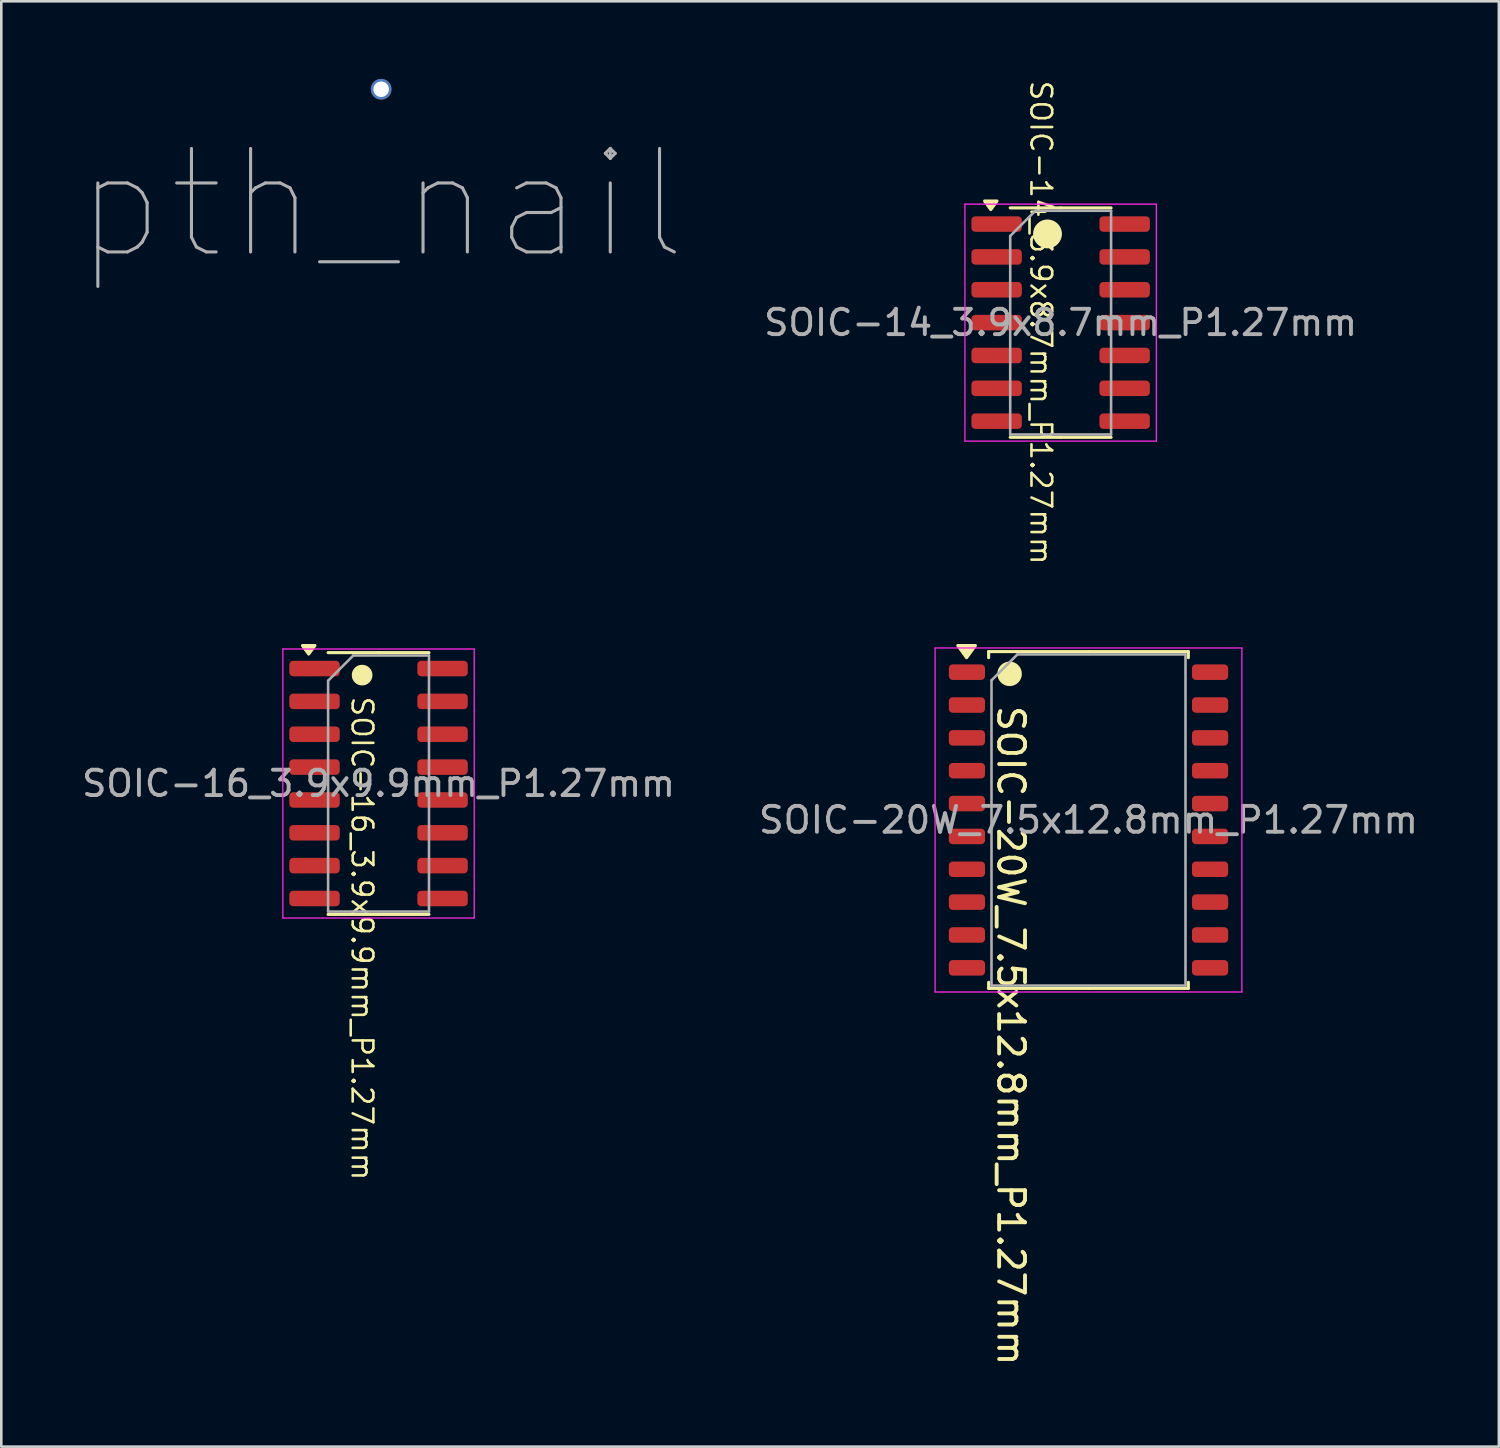
<source format=kicad_pcb>
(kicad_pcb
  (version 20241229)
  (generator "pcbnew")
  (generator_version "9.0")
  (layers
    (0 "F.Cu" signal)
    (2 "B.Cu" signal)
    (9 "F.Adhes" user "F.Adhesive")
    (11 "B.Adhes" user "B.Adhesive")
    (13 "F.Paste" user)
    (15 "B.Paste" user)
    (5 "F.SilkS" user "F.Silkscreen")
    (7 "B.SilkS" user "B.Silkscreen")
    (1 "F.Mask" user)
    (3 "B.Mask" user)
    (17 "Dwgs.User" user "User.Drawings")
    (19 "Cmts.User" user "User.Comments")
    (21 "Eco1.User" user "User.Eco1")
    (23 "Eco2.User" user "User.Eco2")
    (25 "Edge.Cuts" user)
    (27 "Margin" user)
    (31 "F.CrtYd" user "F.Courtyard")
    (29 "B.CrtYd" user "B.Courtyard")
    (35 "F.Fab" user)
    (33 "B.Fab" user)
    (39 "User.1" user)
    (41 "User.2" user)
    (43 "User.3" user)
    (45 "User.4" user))
  (footprint "pth_nail"
    (layer "F.Cu")
    (at 11.685 0.4)
    (property "Reference" "pth_nail" (at 0 4.445 0) (unlocked yes) (layer "F.Fab") (effects (font (size 4 4) (thickness 0.12))))
    (attr through_hole board_only exclude_from_pos_files exclude_from_bom allow_missing_courtyard)
    (pad "" thru_hole circle (at 0 0) (size 0.8 0.8) (drill 0.6) (layers "*.Cu")))
  (footprint "SOIC-16_3.9x9.9mm_P1.27mm"
    (layer "F.Cu")
    (at 11.584 27.24)
    (property "Reference" "SOIC-16_3.9x9.9mm_P1.27mm" (at -0.635 -3.429 270) (unlocked yes) (layer "F.SilkS") (effects (font (size 0.8 0.8) (thickness 0.1)) (justify left)))
    (attr smd)
    (fp_line (start 0 -5.06) (end -1.95 -5.06) (stroke (width 0.12) (type solid)) (layer "F.SilkS"))
    (fp_line (start 0 -5.06) (end 1.95 -5.06) (stroke (width 0.12) (type solid)) (layer "F.SilkS"))
    (fp_line (start 0 5.06) (end -1.95 5.06) (stroke (width 0.12) (type solid)) (layer "F.SilkS"))
    (fp_line (start 0 5.06) (end 1.95 5.06) (stroke (width 0.12) (type solid)) (layer "F.SilkS"))
    (fp_circle (center -0.635 -4.191) (end -0.285 -4.191) (stroke (width 0.1) (type solid)) (fill yes) (layer "F.SilkS"))
    (fp_poly (pts (xy -2.7 -5.005) (xy -2.94 -5.335) (xy -2.46 -5.335) (xy -2.7 -5.005)) (stroke (width 0.12) (type solid)) (fill yes) (layer "F.SilkS"))
    (fp_line (start -3.7 -5.2) (end -3.7 5.2) (stroke (width 0.05) (type solid)) (layer "F.CrtYd"))
    (fp_line (start -3.7 5.2) (end 3.7 5.2) (stroke (width 0.05) (type solid)) (layer "F.CrtYd"))
    (fp_line (start 3.7 -5.2) (end -3.7 -5.2) (stroke (width 0.05) (type solid)) (layer "F.CrtYd"))
    (fp_line (start 3.7 5.2) (end 3.7 -5.2) (stroke (width 0.05) (type solid)) (layer "F.CrtYd"))
    (fp_line (start -1.95 -3.975) (end -0.975 -4.95) (stroke (width 0.1) (type solid)) (layer "F.Fab"))
    (fp_line (start -1.95 4.95) (end -1.95 -3.975) (stroke (width 0.1) (type solid)) (layer "F.Fab"))
    (fp_line (start -0.975 -4.95) (end 1.95 -4.95) (stroke (width 0.1) (type solid)) (layer "F.Fab"))
    (fp_line (start 1.95 -4.95) (end 1.95 4.95) (stroke (width 0.1) (type solid)) (layer "F.Fab"))
    (fp_line (start 1.95 4.95) (end -1.95 4.95) (stroke (width 0.1) (type solid)) (layer "F.Fab"))
    (fp_text user "${REFERENCE}" (at 0 0 0) (layer "F.Fab") (effects (font (size 0.98 0.98) (thickness 0.15))))
    (pad "1" smd roundrect (at -2.475 -4.445) (size 1.95 0.6) (layers "F.Cu" "F.Mask" "F.Paste") (roundrect_rratio 0.25))
    (pad "2" smd roundrect (at -2.475 -3.175) (size 1.95 0.6) (layers "F.Cu" "F.Mask" "F.Paste") (roundrect_rratio 0.25))
    (pad "3" smd roundrect (at -2.475 -1.905) (size 1.95 0.6) (layers "F.Cu" "F.Mask" "F.Paste") (roundrect_rratio 0.25))
    (pad "4" smd roundrect (at -2.475 -0.635) (size 1.95 0.6) (layers "F.Cu" "F.Mask" "F.Paste") (roundrect_rratio 0.25))
    (pad "5" smd roundrect (at -2.475 0.635) (size 1.95 0.6) (layers "F.Cu" "F.Mask" "F.Paste") (roundrect_rratio 0.25))
    (pad "6" smd roundrect (at -2.475 1.905) (size 1.95 0.6) (layers "F.Cu" "F.Mask" "F.Paste") (roundrect_rratio 0.25))
    (pad "7" smd roundrect (at -2.475 3.175) (size 1.95 0.6) (layers "F.Cu" "F.Mask" "F.Paste") (roundrect_rratio 0.25))
    (pad "8" smd roundrect (at -2.475 4.445) (size 1.95 0.6) (layers "F.Cu" "F.Mask" "F.Paste") (roundrect_rratio 0.25))
    (pad "9" smd roundrect (at 2.475 4.445) (size 1.95 0.6) (layers "F.Cu" "F.Mask" "F.Paste") (roundrect_rratio 0.25))
    (pad "10" smd roundrect (at 2.475 3.175) (size 1.95 0.6) (layers "F.Cu" "F.Mask" "F.Paste") (roundrect_rratio 0.25))
    (pad "11" smd roundrect (at 2.475 1.905) (size 1.95 0.6) (layers "F.Cu" "F.Mask" "F.Paste") (roundrect_rratio 0.25))
    (pad "12" smd roundrect (at 2.475 0.635) (size 1.95 0.6) (layers "F.Cu" "F.Mask" "F.Paste") (roundrect_rratio 0.25))
    (pad "13" smd roundrect (at 2.475 -0.635) (size 1.95 0.6) (layers "F.Cu" "F.Mask" "F.Paste") (roundrect_rratio 0.25))
    (pad "14" smd roundrect (at 2.475 -1.905) (size 1.95 0.6) (layers "F.Cu" "F.Mask" "F.Paste") (roundrect_rratio 0.25))
    (pad "15" smd roundrect (at 2.475 -3.175) (size 1.95 0.6) (layers "F.Cu" "F.Mask" "F.Paste") (roundrect_rratio 0.25))
    (pad "16" smd roundrect (at 2.475 -4.445) (size 1.95 0.6) (layers "F.Cu" "F.Mask" "F.Paste") (roundrect_rratio 0.25)))
  (footprint "SOIC-14_3.9x8.7mm_P1.27mm"
    (layer "F.Cu")
    (at 37.953 9.422)
    (property "Reference" "SOIC-14_3.9x8.7mm_P1.27mm" (at -0.762 0 270) (unlocked yes) (layer "F.SilkS") (effects (font (size 0.8 0.8) (thickness 0.1))))
    (attr smd)
    (fp_line (start 0 -4.435) (end -1.95 -4.435) (stroke (width 0.12) (type solid)) (layer "F.SilkS"))
    (fp_line (start 0 -4.435) (end 1.95 -4.435) (stroke (width 0.12) (type solid)) (layer "F.SilkS"))
    (fp_line (start 0 4.435) (end -1.95 4.435) (stroke (width 0.12) (type solid)) (layer "F.SilkS"))
    (fp_line (start 0 4.435) (end 1.95 4.435) (stroke (width 0.12) (type solid)) (layer "F.SilkS"))
    (fp_circle (center -0.508 -3.429) (end 0 -3.429) (stroke (width 0.1) (type solid)) (fill yes) (layer "F.SilkS"))
    (fp_poly (pts (xy -2.7 -4.37) (xy -2.94 -4.7) (xy -2.46 -4.7) (xy -2.7 -4.37)) (stroke (width 0.12) (type solid)) (fill yes) (layer "F.SilkS"))
    (fp_line (start -3.7 -4.58) (end -3.7 4.58) (stroke (width 0.05) (type solid)) (layer "F.CrtYd"))
    (fp_line (start -3.7 4.58) (end 3.7 4.58) (stroke (width 0.05) (type solid)) (layer "F.CrtYd"))
    (fp_line (start 3.7 -4.58) (end -3.7 -4.58) (stroke (width 0.05) (type solid)) (layer "F.CrtYd"))
    (fp_line (start 3.7 4.58) (end 3.7 -4.58) (stroke (width 0.05) (type solid)) (layer "F.CrtYd"))
    (fp_line (start -1.95 -3.35) (end -0.975 -4.325) (stroke (width 0.1) (type solid)) (layer "F.Fab"))
    (fp_line (start -1.95 4.325) (end -1.95 -3.35) (stroke (width 0.1) (type solid)) (layer "F.Fab"))
    (fp_line (start -0.975 -4.325) (end 1.95 -4.325) (stroke (width 0.1) (type solid)) (layer "F.Fab"))
    (fp_line (start 1.95 -4.325) (end 1.95 4.325) (stroke (width 0.1) (type solid)) (layer "F.Fab"))
    (fp_line (start 1.95 4.325) (end -1.95 4.325) (stroke (width 0.1) (type solid)) (layer "F.Fab"))
    (fp_text user "${REFERENCE}" (at 0 0 0) (layer "F.Fab") (effects (font (size 0.98 0.98) (thickness 0.15))))
    (pad "1" smd roundrect (at -2.475 -3.81) (size 1.95 0.6) (layers "F.Cu" "F.Mask" "F.Paste") (roundrect_rratio 0.25))
    (pad "2" smd roundrect (at -2.475 -2.54) (size 1.95 0.6) (layers "F.Cu" "F.Mask" "F.Paste") (roundrect_rratio 0.25))
    (pad "3" smd roundrect (at -2.475 -1.27) (size 1.95 0.6) (layers "F.Cu" "F.Mask" "F.Paste") (roundrect_rratio 0.25))
    (pad "4" smd roundrect (at -2.475 0) (size 1.95 0.6) (layers "F.Cu" "F.Mask" "F.Paste") (roundrect_rratio 0.25))
    (pad "5" smd roundrect (at -2.475 1.27) (size 1.95 0.6) (layers "F.Cu" "F.Mask" "F.Paste") (roundrect_rratio 0.25))
    (pad "6" smd roundrect (at -2.475 2.54) (size 1.95 0.6) (layers "F.Cu" "F.Mask" "F.Paste") (roundrect_rratio 0.25))
    (pad "7" smd roundrect (at -2.475 3.81) (size 1.95 0.6) (layers "F.Cu" "F.Mask" "F.Paste") (roundrect_rratio 0.25))
    (pad "8" smd roundrect (at 2.475 3.81) (size 1.95 0.6) (layers "F.Cu" "F.Mask" "F.Paste") (roundrect_rratio 0.25))
    (pad "9" smd roundrect (at 2.475 2.54) (size 1.95 0.6) (layers "F.Cu" "F.Mask" "F.Paste") (roundrect_rratio 0.25))
    (pad "10" smd roundrect (at 2.475 1.27) (size 1.95 0.6) (layers "F.Cu" "F.Mask" "F.Paste") (roundrect_rratio 0.25))
    (pad "11" smd roundrect (at 2.475 0) (size 1.95 0.6) (layers "F.Cu" "F.Mask" "F.Paste") (roundrect_rratio 0.25))
    (pad "12" smd roundrect (at 2.475 -1.27) (size 1.95 0.6) (layers "F.Cu" "F.Mask" "F.Paste") (roundrect_rratio 0.25))
    (pad "13" smd roundrect (at 2.475 -2.54) (size 1.95 0.6) (layers "F.Cu" "F.Mask" "F.Paste") (roundrect_rratio 0.25))
    (pad "14" smd roundrect (at 2.475 -3.81) (size 1.95 0.6) (layers "F.Cu" "F.Mask" "F.Paste") (roundrect_rratio 0.25)))
  (footprint "SOIC-20W_7.5x12.8mm_P1.27mm"
    (layer "F.Cu")
    (at 39.03 28.65)
    (property "Reference" "SOIC-20W_7.5x12.8mm_P1.27mm" (at -3 -4.5 270) (unlocked yes) (layer "F.SilkS") (effects (font (size 1 1) (thickness 0.15)) (justify left)))
    (attr smd)
    (fp_line (start -3.86 -6.51) (end -3.86 -6.275) (stroke (width 0.12) (type solid)) (layer "F.SilkS"))
    (fp_line (start -3.86 6.51) (end -3.86 6.275) (stroke (width 0.12) (type solid)) (layer "F.SilkS"))
    (fp_line (start 0 -6.51) (end -3.86 -6.51) (stroke (width 0.12) (type solid)) (layer "F.SilkS"))
    (fp_line (start 0 -6.51) (end 3.86 -6.51) (stroke (width 0.12) (type solid)) (layer "F.SilkS"))
    (fp_line (start 0 6.51) (end -3.86 6.51) (stroke (width 0.12) (type solid)) (layer "F.SilkS"))
    (fp_line (start 0 6.51) (end 3.86 6.51) (stroke (width 0.12) (type solid)) (layer "F.SilkS"))
    (fp_line (start 3.86 -6.51) (end 3.86 -6.275) (stroke (width 0.12) (type solid)) (layer "F.SilkS"))
    (fp_line (start 3.86 6.51) (end 3.86 6.275) (stroke (width 0.12) (type solid)) (layer "F.SilkS"))
    (fp_circle (center -3.05 -5.65) (end -2.626 -5.65) (stroke (width 0.1) (type solid)) (fill yes) (layer "F.SilkS"))
    (fp_poly (pts (xy -4.713 -6.275) (xy -5.053 -6.745) (xy -4.372 -6.745) (xy -4.713 -6.275)) (stroke (width 0.12) (type solid)) (fill yes) (layer "F.SilkS"))
    (fp_line (start -5.93 -6.65) (end -5.93 6.65) (stroke (width 0.05) (type solid)) (layer "F.CrtYd"))
    (fp_line (start -5.93 6.65) (end 5.93 6.65) (stroke (width 0.05) (type solid)) (layer "F.CrtYd"))
    (fp_line (start 5.93 -6.65) (end -5.93 -6.65) (stroke (width 0.05) (type solid)) (layer "F.CrtYd"))
    (fp_line (start 5.93 6.65) (end 5.93 -6.65) (stroke (width 0.05) (type solid)) (layer "F.CrtYd"))
    (fp_line (start -3.75 -5.4) (end -2.75 -6.4) (stroke (width 0.1) (type solid)) (layer "F.Fab"))
    (fp_line (start -3.75 6.4) (end -3.75 -5.4) (stroke (width 0.1) (type solid)) (layer "F.Fab"))
    (fp_line (start -2.75 -6.4) (end 3.75 -6.4) (stroke (width 0.1) (type solid)) (layer "F.Fab"))
    (fp_line (start 3.75 -6.4) (end 3.75 6.4) (stroke (width 0.1) (type solid)) (layer "F.Fab"))
    (fp_line (start 3.75 6.4) (end -3.75 6.4) (stroke (width 0.1) (type solid)) (layer "F.Fab"))
    (fp_text user "${REFERENCE}" (at 0 0 0) (layer "F.Fab") (effects (font (size 1 1) (thickness 0.15))))
    (pad "1" smd roundrect (at -4.7 -5.715) (size 1.4 0.6) (layers "F.Cu" "F.Mask" "F.Paste") (roundrect_rratio 0.25))
    (pad "2" smd roundrect (at -4.7 -4.445) (size 1.4 0.6) (layers "F.Cu" "F.Mask" "F.Paste") (roundrect_rratio 0.25))
    (pad "3" smd roundrect (at -4.7 -3.175) (size 1.4 0.6) (layers "F.Cu" "F.Mask" "F.Paste") (roundrect_rratio 0.25))
    (pad "4" smd roundrect (at -4.7 -1.905) (size 1.4 0.6) (layers "F.Cu" "F.Mask" "F.Paste") (roundrect_rratio 0.25))
    (pad "5" smd roundrect (at -4.7 -0.635) (size 1.4 0.6) (layers "F.Cu" "F.Mask" "F.Paste") (roundrect_rratio 0.25))
    (pad "6" smd roundrect (at -4.7 0.635) (size 1.4 0.6) (layers "F.Cu" "F.Mask" "F.Paste") (roundrect_rratio 0.25))
    (pad "7" smd roundrect (at -4.7 1.905) (size 1.4 0.6) (layers "F.Cu" "F.Mask" "F.Paste") (roundrect_rratio 0.25))
    (pad "8" smd roundrect (at -4.7 3.175) (size 1.4 0.6) (layers "F.Cu" "F.Mask" "F.Paste") (roundrect_rratio 0.25))
    (pad "9" smd roundrect (at -4.7 4.445) (size 1.4 0.6) (layers "F.Cu" "F.Mask" "F.Paste") (roundrect_rratio 0.25))
    (pad "10" smd roundrect (at -4.7 5.715) (size 1.4 0.6) (layers "F.Cu" "F.Mask" "F.Paste") (roundrect_rratio 0.25))
    (pad "11" smd roundrect (at 4.7 5.715) (size 1.4 0.6) (layers "F.Cu" "F.Mask" "F.Paste") (roundrect_rratio 0.25))
    (pad "12" smd roundrect (at 4.7 4.445) (size 1.4 0.6) (layers "F.Cu" "F.Mask" "F.Paste") (roundrect_rratio 0.25))
    (pad "13" smd roundrect (at 4.7 3.175) (size 1.4 0.6) (layers "F.Cu" "F.Mask" "F.Paste") (roundrect_rratio 0.25))
    (pad "14" smd roundrect (at 4.7 1.905) (size 1.4 0.6) (layers "F.Cu" "F.Mask" "F.Paste") (roundrect_rratio 0.25))
    (pad "15" smd roundrect (at 4.7 0.635) (size 1.4 0.6) (layers "F.Cu" "F.Mask" "F.Paste") (roundrect_rratio 0.25))
    (pad "16" smd roundrect (at 4.7 -0.635) (size 1.4 0.6) (layers "F.Cu" "F.Mask" "F.Paste") (roundrect_rratio 0.25))
    (pad "17" smd roundrect (at 4.7 -1.905) (size 1.4 0.6) (layers "F.Cu" "F.Mask" "F.Paste") (roundrect_rratio 0.25))
    (pad "18" smd roundrect (at 4.7 -3.175) (size 1.4 0.6) (layers "F.Cu" "F.Mask" "F.Paste") (roundrect_rratio 0.25))
    (pad "19" smd roundrect (at 4.7 -4.445) (size 1.4 0.6) (layers "F.Cu" "F.Mask" "F.Paste") (roundrect_rratio 0.25))
    (pad "20" smd roundrect (at 4.7 -5.715) (size 1.4 0.6) (layers "F.Cu" "F.Mask" "F.Paste") (roundrect_rratio 0.25)))
  (gr_rect
    (start -3 -3)
    (end 54.894 52.876)
    (stroke (width 0.1) (type default))
    (fill no)
    (layer "Edge.Cuts")))
</source>
